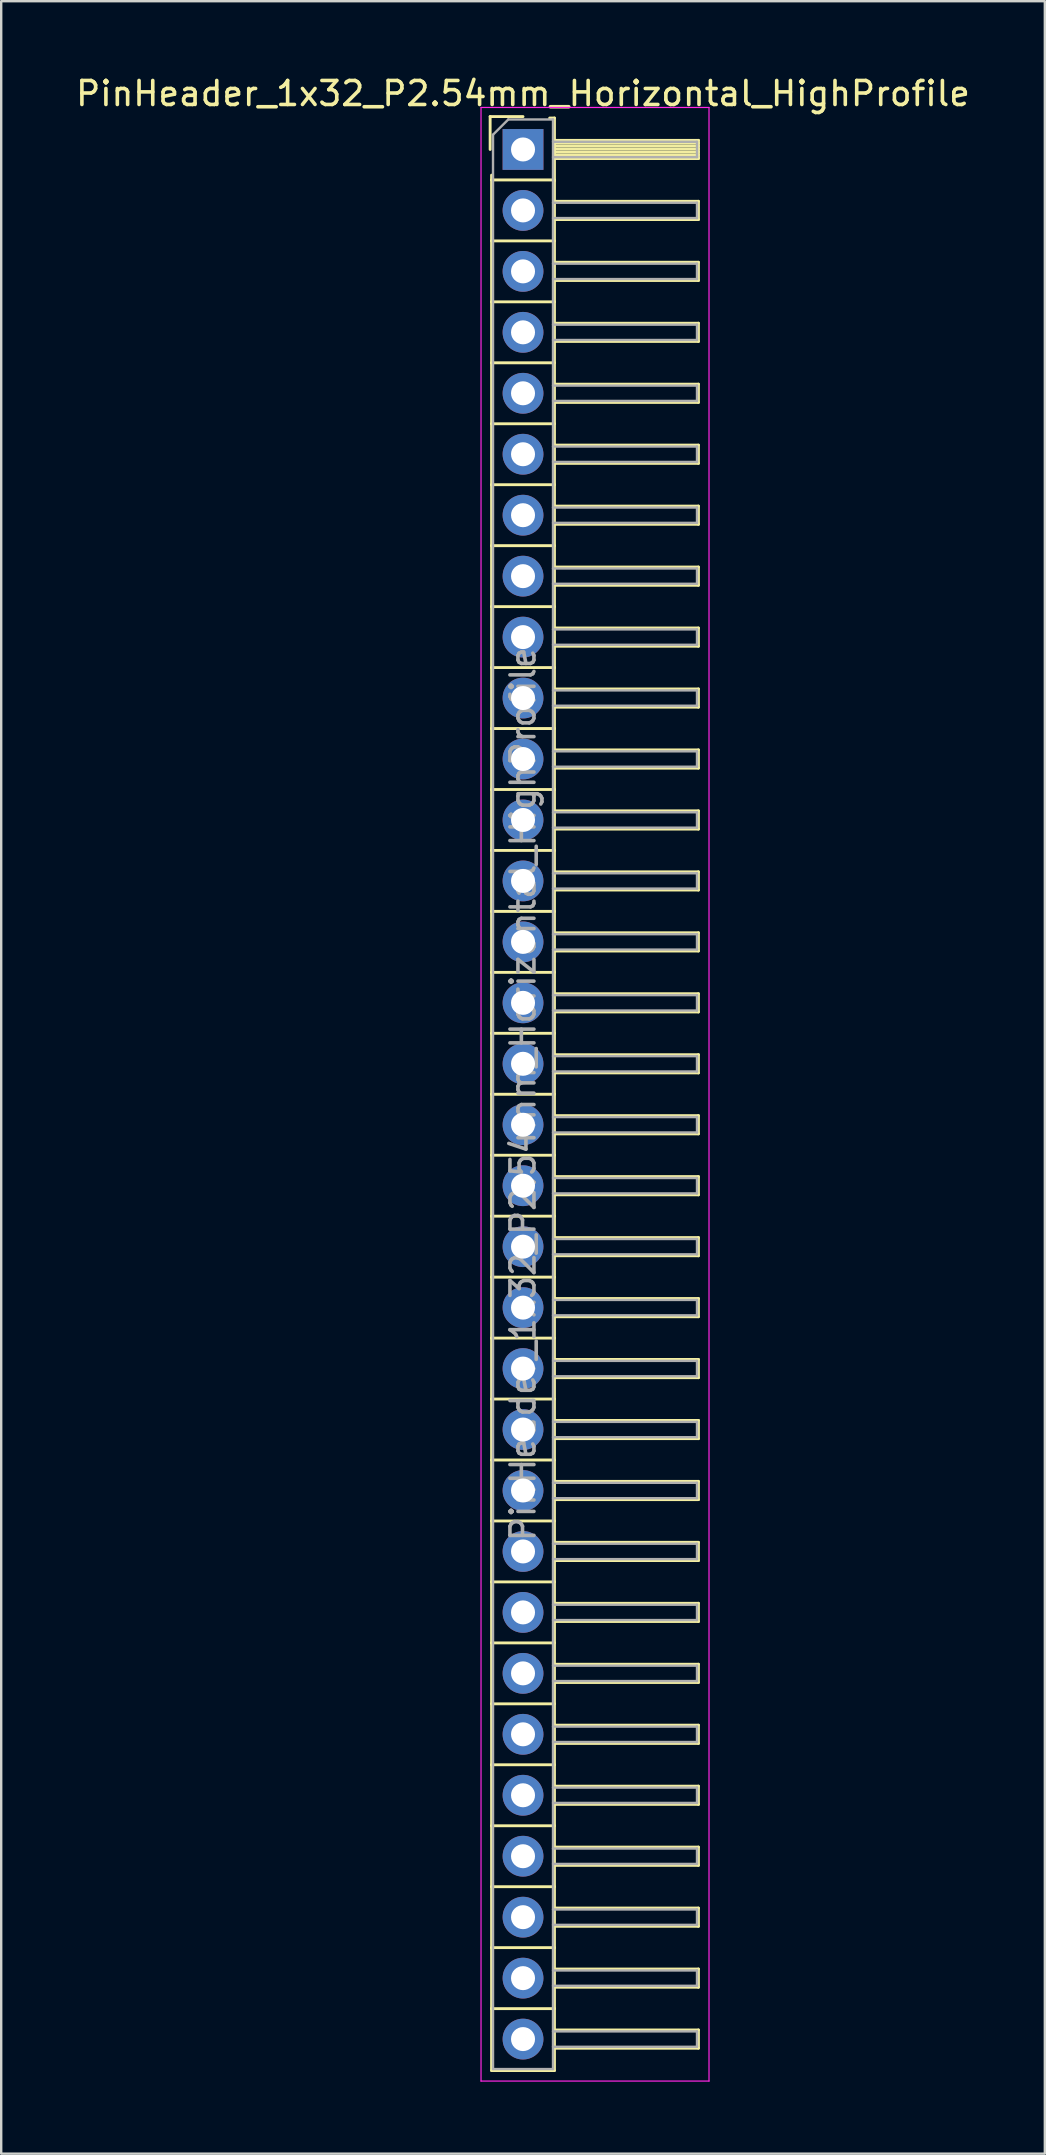
<source format=kicad_pcb>
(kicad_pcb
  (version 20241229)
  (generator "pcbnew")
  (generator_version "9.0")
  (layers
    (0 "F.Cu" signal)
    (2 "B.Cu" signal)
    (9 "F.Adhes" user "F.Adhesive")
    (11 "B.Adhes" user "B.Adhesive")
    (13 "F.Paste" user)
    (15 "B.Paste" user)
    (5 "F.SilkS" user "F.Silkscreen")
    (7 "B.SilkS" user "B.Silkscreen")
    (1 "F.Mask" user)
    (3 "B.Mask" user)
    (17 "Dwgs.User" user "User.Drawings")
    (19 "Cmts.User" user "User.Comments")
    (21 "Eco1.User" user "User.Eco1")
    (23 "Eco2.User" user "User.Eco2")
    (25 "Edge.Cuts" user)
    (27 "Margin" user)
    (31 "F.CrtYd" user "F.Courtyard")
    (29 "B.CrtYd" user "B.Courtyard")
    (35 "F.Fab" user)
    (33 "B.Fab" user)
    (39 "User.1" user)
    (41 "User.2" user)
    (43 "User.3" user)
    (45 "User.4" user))
  (footprint "PinHeader_1x32_P2.54mm_Horizontal_HighProfile"
    (layer "F.Cu")
    (at 18.744 3.178)
    (property "Reference" "PinHeader_1x32_P2.54mm_Horizontal_HighProfile" (at 0 -2.33 0) (layer "F.SilkS") (effects (font (size 1 1) (thickness 0.15))))
    (attr through_hole)
    (fp_line (start -1.37 -1.37) (end -1.37 0) (stroke (width 0.12) (type solid)) (layer "F.SilkS"))
    (fp_line (start -1.37 -1.37) (end 0 -1.37) (stroke (width 0.12) (type solid)) (layer "F.SilkS"))
    (fp_line (start -1.31 1.27) (end -1.31 1.07) (stroke (width 0.12) (type solid)) (layer "F.SilkS"))
    (fp_line (start -1.31 1.27) (end -1.31 3.81) (stroke (width 0.12) (type solid)) (layer "F.SilkS"))
    (fp_line (start -1.31 1.27) (end 1.31 1.27) (stroke (width 0.12) (type solid)) (layer "F.SilkS"))
    (fp_line (start -1.31 3.81) (end -1.31 6.35) (stroke (width 0.12) (type solid)) (layer "F.SilkS"))
    (fp_line (start -1.31 3.81) (end 1.31 3.81) (stroke (width 0.12) (type solid)) (layer "F.SilkS"))
    (fp_line (start -1.31 6.35) (end -1.31 8.89) (stroke (width 0.12) (type solid)) (layer "F.SilkS"))
    (fp_line (start -1.31 6.35) (end 1.31 6.35) (stroke (width 0.12) (type solid)) (layer "F.SilkS"))
    (fp_line (start -1.31 8.89) (end -1.31 11.43) (stroke (width 0.12) (type solid)) (layer "F.SilkS"))
    (fp_line (start -1.31 8.89) (end 1.31 8.89) (stroke (width 0.12) (type solid)) (layer "F.SilkS"))
    (fp_line (start -1.31 11.43) (end -1.31 13.97) (stroke (width 0.12) (type solid)) (layer "F.SilkS"))
    (fp_line (start -1.31 11.43) (end 1.31 11.43) (stroke (width 0.12) (type solid)) (layer "F.SilkS"))
    (fp_line (start -1.31 13.97) (end -1.31 16.51) (stroke (width 0.12) (type solid)) (layer "F.SilkS"))
    (fp_line (start -1.31 13.97) (end 1.31 13.97) (stroke (width 0.12) (type solid)) (layer "F.SilkS"))
    (fp_line (start -1.31 16.51) (end -1.31 19.05) (stroke (width 0.12) (type solid)) (layer "F.SilkS"))
    (fp_line (start -1.31 16.51) (end 1.31 16.51) (stroke (width 0.12) (type solid)) (layer "F.SilkS"))
    (fp_line (start -1.31 19.05) (end -1.31 21.59) (stroke (width 0.12) (type solid)) (layer "F.SilkS"))
    (fp_line (start -1.31 19.05) (end 1.31 19.05) (stroke (width 0.12) (type solid)) (layer "F.SilkS"))
    (fp_line (start -1.31 21.59) (end -1.31 24.13) (stroke (width 0.12) (type solid)) (layer "F.SilkS"))
    (fp_line (start -1.31 21.59) (end 1.31 21.59) (stroke (width 0.12) (type solid)) (layer "F.SilkS"))
    (fp_line (start -1.31 24.13) (end -1.31 26.67) (stroke (width 0.12) (type solid)) (layer "F.SilkS"))
    (fp_line (start -1.31 24.13) (end 1.31 24.13) (stroke (width 0.12) (type solid)) (layer "F.SilkS"))
    (fp_line (start -1.31 26.67) (end -1.31 29.21) (stroke (width 0.12) (type solid)) (layer "F.SilkS"))
    (fp_line (start -1.31 26.67) (end 1.31 26.67) (stroke (width 0.12) (type solid)) (layer "F.SilkS"))
    (fp_line (start -1.31 29.21) (end -1.31 31.75) (stroke (width 0.12) (type solid)) (layer "F.SilkS"))
    (fp_line (start -1.31 29.21) (end 1.31 29.21) (stroke (width 0.12) (type solid)) (layer "F.SilkS"))
    (fp_line (start -1.31 31.75) (end -1.31 34.29) (stroke (width 0.12) (type solid)) (layer "F.SilkS"))
    (fp_line (start -1.31 31.75) (end 1.31 31.75) (stroke (width 0.12) (type solid)) (layer "F.SilkS"))
    (fp_line (start -1.31 34.29) (end -1.31 36.83) (stroke (width 0.12) (type solid)) (layer "F.SilkS"))
    (fp_line (start -1.31 34.29) (end 1.31 34.29) (stroke (width 0.12) (type solid)) (layer "F.SilkS"))
    (fp_line (start -1.31 36.83) (end -1.31 39.37) (stroke (width 0.12) (type solid)) (layer "F.SilkS"))
    (fp_line (start -1.31 36.83) (end 1.31 36.83) (stroke (width 0.12) (type solid)) (layer "F.SilkS"))
    (fp_line (start -1.31 39.37) (end -1.31 41.91) (stroke (width 0.12) (type solid)) (layer "F.SilkS"))
    (fp_line (start -1.31 39.37) (end 1.31 39.37) (stroke (width 0.12) (type solid)) (layer "F.SilkS"))
    (fp_line (start -1.31 41.91) (end -1.31 44.45) (stroke (width 0.12) (type solid)) (layer "F.SilkS"))
    (fp_line (start -1.31 41.91) (end 1.31 41.91) (stroke (width 0.12) (type solid)) (layer "F.SilkS"))
    (fp_line (start -1.31 44.45) (end -1.31 46.99) (stroke (width 0.12) (type solid)) (layer "F.SilkS"))
    (fp_line (start -1.31 44.45) (end 1.31 44.45) (stroke (width 0.12) (type solid)) (layer "F.SilkS"))
    (fp_line (start -1.31 46.99) (end -1.31 49.53) (stroke (width 0.12) (type solid)) (layer "F.SilkS"))
    (fp_line (start -1.31 46.99) (end 1.31 46.99) (stroke (width 0.12) (type solid)) (layer "F.SilkS"))
    (fp_line (start -1.31 49.53) (end -1.31 52.07) (stroke (width 0.12) (type solid)) (layer "F.SilkS"))
    (fp_line (start -1.31 49.53) (end 1.31 49.53) (stroke (width 0.12) (type solid)) (layer "F.SilkS"))
    (fp_line (start -1.31 52.07) (end -1.31 54.61) (stroke (width 0.12) (type solid)) (layer "F.SilkS"))
    (fp_line (start -1.31 52.07) (end 1.31 52.07) (stroke (width 0.12) (type solid)) (layer "F.SilkS"))
    (fp_line (start -1.31 54.61) (end -1.31 57.15) (stroke (width 0.12) (type solid)) (layer "F.SilkS"))
    (fp_line (start -1.31 54.61) (end 1.31 54.61) (stroke (width 0.12) (type solid)) (layer "F.SilkS"))
    (fp_line (start -1.31 57.15) (end -1.31 59.69) (stroke (width 0.12) (type solid)) (layer "F.SilkS"))
    (fp_line (start -1.31 57.15) (end 1.31 57.15) (stroke (width 0.12) (type solid)) (layer "F.SilkS"))
    (fp_line (start -1.31 59.69) (end -1.31 62.23) (stroke (width 0.12) (type solid)) (layer "F.SilkS"))
    (fp_line (start -1.31 59.69) (end 1.31 59.69) (stroke (width 0.12) (type solid)) (layer "F.SilkS"))
    (fp_line (start -1.31 62.23) (end -1.31 64.77) (stroke (width 0.12) (type solid)) (layer "F.SilkS"))
    (fp_line (start -1.31 62.23) (end 1.31 62.23) (stroke (width 0.12) (type solid)) (layer "F.SilkS"))
    (fp_line (start -1.31 64.77) (end -1.31 67.31) (stroke (width 0.12) (type solid)) (layer "F.SilkS"))
    (fp_line (start -1.31 64.77) (end 1.31 64.77) (stroke (width 0.12) (type solid)) (layer "F.SilkS"))
    (fp_line (start -1.31 67.31) (end -1.31 69.85) (stroke (width 0.12) (type solid)) (layer "F.SilkS"))
    (fp_line (start -1.31 67.31) (end 1.31 67.31) (stroke (width 0.12) (type solid)) (layer "F.SilkS"))
    (fp_line (start -1.31 69.85) (end -1.31 72.39) (stroke (width 0.12) (type solid)) (layer "F.SilkS"))
    (fp_line (start -1.31 69.85) (end 1.31 69.85) (stroke (width 0.12) (type solid)) (layer "F.SilkS"))
    (fp_line (start -1.31 72.39) (end -1.31 74.93) (stroke (width 0.12) (type solid)) (layer "F.SilkS"))
    (fp_line (start -1.31 72.39) (end 1.31 72.39) (stroke (width 0.12) (type solid)) (layer "F.SilkS"))
    (fp_line (start -1.31 74.93) (end -1.31 77.47) (stroke (width 0.12) (type solid)) (layer "F.SilkS"))
    (fp_line (start -1.31 74.93) (end 1.31 74.93) (stroke (width 0.12) (type solid)) (layer "F.SilkS"))
    (fp_line (start -1.31 77.47) (end -1.31 80.05) (stroke (width 0.12) (type solid)) (layer "F.SilkS"))
    (fp_line (start -1.31 77.47) (end 1.31 77.47) (stroke (width 0.12) (type solid)) (layer "F.SilkS"))
    (fp_line (start -1.31 80.05) (end 1.31 80.05) (stroke (width 0.12) (type solid)) (layer "F.SilkS"))
    (fp_line (start 1.11 -1.31) (end 1.31 -1.31) (stroke (width 0.12) (type solid)) (layer "F.SilkS"))
    (fp_line (start 1.31 -1.31) (end 1.31 1.31) (stroke (width 0.12) (type solid)) (layer "F.SilkS"))
    (fp_line (start 1.31 -0.38) (end 7.31 -0.38) (stroke (width 0.12) (type solid)) (layer "F.SilkS"))
    (fp_line (start 1.31 -0.26) (end 7.31 -0.26) (stroke (width 0.12) (type solid)) (layer "F.SilkS"))
    (fp_line (start 1.31 -0.14) (end 7.31 -0.14) (stroke (width 0.12) (type solid)) (layer "F.SilkS"))
    (fp_line (start 1.31 -0.02) (end 7.31 -0.02) (stroke (width 0.12) (type solid)) (layer "F.SilkS"))
    (fp_line (start 1.31 0.1) (end 7.31 0.1) (stroke (width 0.12) (type solid)) (layer "F.SilkS"))
    (fp_line (start 1.31 0.22) (end 7.31 0.22) (stroke (width 0.12) (type solid)) (layer "F.SilkS"))
    (fp_line (start 1.31 0.34) (end 7.31 0.34) (stroke (width 0.12) (type solid)) (layer "F.SilkS"))
    (fp_line (start 1.31 0.38) (end 7.31 0.38) (stroke (width 0.12) (type solid)) (layer "F.SilkS"))
    (fp_line (start 1.31 1.27) (end 1.31 3.81) (stroke (width 0.12) (type solid)) (layer "F.SilkS"))
    (fp_line (start 1.31 2.16) (end 7.31 2.16) (stroke (width 0.12) (type solid)) (layer "F.SilkS"))
    (fp_line (start 1.31 2.92) (end 7.31 2.92) (stroke (width 0.12) (type solid)) (layer "F.SilkS"))
    (fp_line (start 1.31 3.81) (end 1.31 6.35) (stroke (width 0.12) (type solid)) (layer "F.SilkS"))
    (fp_line (start 1.31 4.7) (end 7.31 4.7) (stroke (width 0.12) (type solid)) (layer "F.SilkS"))
    (fp_line (start 1.31 5.46) (end 7.31 5.46) (stroke (width 0.12) (type solid)) (layer "F.SilkS"))
    (fp_line (start 1.31 6.35) (end 1.31 8.89) (stroke (width 0.12) (type solid)) (layer "F.SilkS"))
    (fp_line (start 1.31 7.24) (end 7.31 7.24) (stroke (width 0.12) (type solid)) (layer "F.SilkS"))
    (fp_line (start 1.31 8) (end 7.31 8) (stroke (width 0.12) (type solid)) (layer "F.SilkS"))
    (fp_line (start 1.31 8.89) (end 1.31 11.43) (stroke (width 0.12) (type solid)) (layer "F.SilkS"))
    (fp_line (start 1.31 9.78) (end 7.31 9.78) (stroke (width 0.12) (type solid)) (layer "F.SilkS"))
    (fp_line (start 1.31 10.54) (end 7.31 10.54) (stroke (width 0.12) (type solid)) (layer "F.SilkS"))
    (fp_line (start 1.31 11.43) (end 1.31 13.97) (stroke (width 0.12) (type solid)) (layer "F.SilkS"))
    (fp_line (start 1.31 12.32) (end 7.31 12.32) (stroke (width 0.12) (type solid)) (layer "F.SilkS"))
    (fp_line (start 1.31 13.08) (end 7.31 13.08) (stroke (width 0.12) (type solid)) (layer "F.SilkS"))
    (fp_line (start 1.31 13.97) (end 1.31 16.51) (stroke (width 0.12) (type solid)) (layer "F.SilkS"))
    (fp_line (start 1.31 14.86) (end 7.31 14.86) (stroke (width 0.12) (type solid)) (layer "F.SilkS"))
    (fp_line (start 1.31 15.62) (end 7.31 15.62) (stroke (width 0.12) (type solid)) (layer "F.SilkS"))
    (fp_line (start 1.31 16.51) (end 1.31 19.05) (stroke (width 0.12) (type solid)) (layer "F.SilkS"))
    (fp_line (start 1.31 17.4) (end 7.31 17.4) (stroke (width 0.12) (type solid)) (layer "F.SilkS"))
    (fp_line (start 1.31 18.16) (end 7.31 18.16) (stroke (width 0.12) (type solid)) (layer "F.SilkS"))
    (fp_line (start 1.31 19.05) (end 1.31 21.59) (stroke (width 0.12) (type solid)) (layer "F.SilkS"))
    (fp_line (start 1.31 19.94) (end 7.31 19.94) (stroke (width 0.12) (type solid)) (layer "F.SilkS"))
    (fp_line (start 1.31 20.7) (end 7.31 20.7) (stroke (width 0.12) (type solid)) (layer "F.SilkS"))
    (fp_line (start 1.31 21.59) (end 1.31 24.13) (stroke (width 0.12) (type solid)) (layer "F.SilkS"))
    (fp_line (start 1.31 22.48) (end 7.31 22.48) (stroke (width 0.12) (type solid)) (layer "F.SilkS"))
    (fp_line (start 1.31 23.24) (end 7.31 23.24) (stroke (width 0.12) (type solid)) (layer "F.SilkS"))
    (fp_line (start 1.31 24.13) (end 1.31 26.67) (stroke (width 0.12) (type solid)) (layer "F.SilkS"))
    (fp_line (start 1.31 25.02) (end 7.31 25.02) (stroke (width 0.12) (type solid)) (layer "F.SilkS"))
    (fp_line (start 1.31 25.78) (end 7.31 25.78) (stroke (width 0.12) (type solid)) (layer "F.SilkS"))
    (fp_line (start 1.31 26.67) (end 1.31 29.21) (stroke (width 0.12) (type solid)) (layer "F.SilkS"))
    (fp_line (start 1.31 27.56) (end 7.31 27.56) (stroke (width 0.12) (type solid)) (layer "F.SilkS"))
    (fp_line (start 1.31 28.32) (end 7.31 28.32) (stroke (width 0.12) (type solid)) (layer "F.SilkS"))
    (fp_line (start 1.31 29.21) (end 1.31 31.75) (stroke (width 0.12) (type solid)) (layer "F.SilkS"))
    (fp_line (start 1.31 30.1) (end 7.31 30.1) (stroke (width 0.12) (type solid)) (layer "F.SilkS"))
    (fp_line (start 1.31 30.86) (end 7.31 30.86) (stroke (width 0.12) (type solid)) (layer "F.SilkS"))
    (fp_line (start 1.31 31.75) (end 1.31 34.29) (stroke (width 0.12) (type solid)) (layer "F.SilkS"))
    (fp_line (start 1.31 32.64) (end 7.31 32.64) (stroke (width 0.12) (type solid)) (layer "F.SilkS"))
    (fp_line (start 1.31 33.4) (end 7.31 33.4) (stroke (width 0.12) (type solid)) (layer "F.SilkS"))
    (fp_line (start 1.31 34.29) (end 1.31 36.83) (stroke (width 0.12) (type solid)) (layer "F.SilkS"))
    (fp_line (start 1.31 35.18) (end 7.31 35.18) (stroke (width 0.12) (type solid)) (layer "F.SilkS"))
    (fp_line (start 1.31 35.94) (end 7.31 35.94) (stroke (width 0.12) (type solid)) (layer "F.SilkS"))
    (fp_line (start 1.31 36.83) (end 1.31 39.37) (stroke (width 0.12) (type solid)) (layer "F.SilkS"))
    (fp_line (start 1.31 37.72) (end 7.31 37.72) (stroke (width 0.12) (type solid)) (layer "F.SilkS"))
    (fp_line (start 1.31 38.48) (end 7.31 38.48) (stroke (width 0.12) (type solid)) (layer "F.SilkS"))
    (fp_line (start 1.31 39.37) (end 1.31 41.91) (stroke (width 0.12) (type solid)) (layer "F.SilkS"))
    (fp_line (start 1.31 40.26) (end 7.31 40.26) (stroke (width 0.12) (type solid)) (layer "F.SilkS"))
    (fp_line (start 1.31 41.02) (end 7.31 41.02) (stroke (width 0.12) (type solid)) (layer "F.SilkS"))
    (fp_line (start 1.31 41.91) (end 1.31 44.45) (stroke (width 0.12) (type solid)) (layer "F.SilkS"))
    (fp_line (start 1.31 42.8) (end 7.31 42.8) (stroke (width 0.12) (type solid)) (layer "F.SilkS"))
    (fp_line (start 1.31 43.56) (end 7.31 43.56) (stroke (width 0.12) (type solid)) (layer "F.SilkS"))
    (fp_line (start 1.31 44.45) (end 1.31 46.99) (stroke (width 0.12) (type solid)) (layer "F.SilkS"))
    (fp_line (start 1.31 45.34) (end 7.31 45.34) (stroke (width 0.12) (type solid)) (layer "F.SilkS"))
    (fp_line (start 1.31 46.1) (end 7.31 46.1) (stroke (width 0.12) (type solid)) (layer "F.SilkS"))
    (fp_line (start 1.31 46.99) (end 1.31 49.53) (stroke (width 0.12) (type solid)) (layer "F.SilkS"))
    (fp_line (start 1.31 47.88) (end 7.31 47.88) (stroke (width 0.12) (type solid)) (layer "F.SilkS"))
    (fp_line (start 1.31 48.64) (end 7.31 48.64) (stroke (width 0.12) (type solid)) (layer "F.SilkS"))
    (fp_line (start 1.31 49.53) (end 1.31 52.07) (stroke (width 0.12) (type solid)) (layer "F.SilkS"))
    (fp_line (start 1.31 50.42) (end 7.31 50.42) (stroke (width 0.12) (type solid)) (layer "F.SilkS"))
    (fp_line (start 1.31 51.18) (end 7.31 51.18) (stroke (width 0.12) (type solid)) (layer "F.SilkS"))
    (fp_line (start 1.31 52.07) (end 1.31 54.61) (stroke (width 0.12) (type solid)) (layer "F.SilkS"))
    (fp_line (start 1.31 52.96) (end 7.31 52.96) (stroke (width 0.12) (type solid)) (layer "F.SilkS"))
    (fp_line (start 1.31 53.72) (end 7.31 53.72) (stroke (width 0.12) (type solid)) (layer "F.SilkS"))
    (fp_line (start 1.31 54.61) (end 1.31 57.15) (stroke (width 0.12) (type solid)) (layer "F.SilkS"))
    (fp_line (start 1.31 55.5) (end 7.31 55.5) (stroke (width 0.12) (type solid)) (layer "F.SilkS"))
    (fp_line (start 1.31 56.26) (end 7.31 56.26) (stroke (width 0.12) (type solid)) (layer "F.SilkS"))
    (fp_line (start 1.31 57.15) (end 1.31 59.69) (stroke (width 0.12) (type solid)) (layer "F.SilkS"))
    (fp_line (start 1.31 58.04) (end 7.31 58.04) (stroke (width 0.12) (type solid)) (layer "F.SilkS"))
    (fp_line (start 1.31 58.8) (end 7.31 58.8) (stroke (width 0.12) (type solid)) (layer "F.SilkS"))
    (fp_line (start 1.31 59.69) (end 1.31 62.23) (stroke (width 0.12) (type solid)) (layer "F.SilkS"))
    (fp_line (start 1.31 60.58) (end 7.31 60.58) (stroke (width 0.12) (type solid)) (layer "F.SilkS"))
    (fp_line (start 1.31 61.34) (end 7.31 61.34) (stroke (width 0.12) (type solid)) (layer "F.SilkS"))
    (fp_line (start 1.31 62.23) (end 1.31 64.77) (stroke (width 0.12) (type solid)) (layer "F.SilkS"))
    (fp_line (start 1.31 63.12) (end 7.31 63.12) (stroke (width 0.12) (type solid)) (layer "F.SilkS"))
    (fp_line (start 1.31 63.88) (end 7.31 63.88) (stroke (width 0.12) (type solid)) (layer "F.SilkS"))
    (fp_line (start 1.31 64.77) (end 1.31 67.31) (stroke (width 0.12) (type solid)) (layer "F.SilkS"))
    (fp_line (start 1.31 65.66) (end 7.31 65.66) (stroke (width 0.12) (type solid)) (layer "F.SilkS"))
    (fp_line (start 1.31 66.42) (end 7.31 66.42) (stroke (width 0.12) (type solid)) (layer "F.SilkS"))
    (fp_line (start 1.31 67.31) (end 1.31 69.85) (stroke (width 0.12) (type solid)) (layer "F.SilkS"))
    (fp_line (start 1.31 68.2) (end 7.31 68.2) (stroke (width 0.12) (type solid)) (layer "F.SilkS"))
    (fp_line (start 1.31 68.96) (end 7.31 68.96) (stroke (width 0.12) (type solid)) (layer "F.SilkS"))
    (fp_line (start 1.31 69.85) (end 1.31 72.39) (stroke (width 0.12) (type solid)) (layer "F.SilkS"))
    (fp_line (start 1.31 70.74) (end 7.31 70.74) (stroke (width 0.12) (type solid)) (layer "F.SilkS"))
    (fp_line (start 1.31 71.5) (end 7.31 71.5) (stroke (width 0.12) (type solid)) (layer "F.SilkS"))
    (fp_line (start 1.31 72.39) (end 1.31 74.93) (stroke (width 0.12) (type solid)) (layer "F.SilkS"))
    (fp_line (start 1.31 73.28) (end 7.31 73.28) (stroke (width 0.12) (type solid)) (layer "F.SilkS"))
    (fp_line (start 1.31 74.04) (end 7.31 74.04) (stroke (width 0.12) (type solid)) (layer "F.SilkS"))
    (fp_line (start 1.31 74.93) (end 1.31 77.47) (stroke (width 0.12) (type solid)) (layer "F.SilkS"))
    (fp_line (start 1.31 75.82) (end 7.31 75.82) (stroke (width 0.12) (type solid)) (layer "F.SilkS"))
    (fp_line (start 1.31 76.58) (end 7.31 76.58) (stroke (width 0.12) (type solid)) (layer "F.SilkS"))
    (fp_line (start 1.31 77.47) (end 1.31 80.05) (stroke (width 0.12) (type solid)) (layer "F.SilkS"))
    (fp_line (start 1.31 78.36) (end 7.31 78.36) (stroke (width 0.12) (type solid)) (layer "F.SilkS"))
    (fp_line (start 1.31 79.12) (end 7.31 79.12) (stroke (width 0.12) (type solid)) (layer "F.SilkS"))
    (fp_line (start 7.31 -0.38) (end 7.31 0.38) (stroke (width 0.12) (type solid)) (layer "F.SilkS"))
    (fp_line (start 7.31 2.16) (end 7.31 2.92) (stroke (width 0.12) (type solid)) (layer "F.SilkS"))
    (fp_line (start 7.31 4.7) (end 7.31 5.46) (stroke (width 0.12) (type solid)) (layer "F.SilkS"))
    (fp_line (start 7.31 7.24) (end 7.31 8) (stroke (width 0.12) (type solid)) (layer "F.SilkS"))
    (fp_line (start 7.31 9.78) (end 7.31 10.54) (stroke (width 0.12) (type solid)) (layer "F.SilkS"))
    (fp_line (start 7.31 12.32) (end 7.31 13.08) (stroke (width 0.12) (type solid)) (layer "F.SilkS"))
    (fp_line (start 7.31 14.86) (end 7.31 15.62) (stroke (width 0.12) (type solid)) (layer "F.SilkS"))
    (fp_line (start 7.31 17.4) (end 7.31 18.16) (stroke (width 0.12) (type solid)) (layer "F.SilkS"))
    (fp_line (start 7.31 19.94) (end 7.31 20.7) (stroke (width 0.12) (type solid)) (layer "F.SilkS"))
    (fp_line (start 7.31 22.48) (end 7.31 23.24) (stroke (width 0.12) (type solid)) (layer "F.SilkS"))
    (fp_line (start 7.31 25.02) (end 7.31 25.78) (stroke (width 0.12) (type solid)) (layer "F.SilkS"))
    (fp_line (start 7.31 27.56) (end 7.31 28.32) (stroke (width 0.12) (type solid)) (layer "F.SilkS"))
    (fp_line (start 7.31 30.1) (end 7.31 30.86) (stroke (width 0.12) (type solid)) (layer "F.SilkS"))
    (fp_line (start 7.31 32.64) (end 7.31 33.4) (stroke (width 0.12) (type solid)) (layer "F.SilkS"))
    (fp_line (start 7.31 35.18) (end 7.31 35.94) (stroke (width 0.12) (type solid)) (layer "F.SilkS"))
    (fp_line (start 7.31 37.72) (end 7.31 38.48) (stroke (width 0.12) (type solid)) (layer "F.SilkS"))
    (fp_line (start 7.31 40.26) (end 7.31 41.02) (stroke (width 0.12) (type solid)) (layer "F.SilkS"))
    (fp_line (start 7.31 42.8) (end 7.31 43.56) (stroke (width 0.12) (type solid)) (layer "F.SilkS"))
    (fp_line (start 7.31 45.34) (end 7.31 46.1) (stroke (width 0.12) (type solid)) (layer "F.SilkS"))
    (fp_line (start 7.31 47.88) (end 7.31 48.64) (stroke (width 0.12) (type solid)) (layer "F.SilkS"))
    (fp_line (start 7.31 50.42) (end 7.31 51.18) (stroke (width 0.12) (type solid)) (layer "F.SilkS"))
    (fp_line (start 7.31 52.96) (end 7.31 53.72) (stroke (width 0.12) (type solid)) (layer "F.SilkS"))
    (fp_line (start 7.31 55.5) (end 7.31 56.26) (stroke (width 0.12) (type solid)) (layer "F.SilkS"))
    (fp_line (start 7.31 58.04) (end 7.31 58.8) (stroke (width 0.12) (type solid)) (layer "F.SilkS"))
    (fp_line (start 7.31 60.58) (end 7.31 61.34) (stroke (width 0.12) (type solid)) (layer "F.SilkS"))
    (fp_line (start 7.31 63.12) (end 7.31 63.88) (stroke (width 0.12) (type solid)) (layer "F.SilkS"))
    (fp_line (start 7.31 65.66) (end 7.31 66.42) (stroke (width 0.12) (type solid)) (layer "F.SilkS"))
    (fp_line (start 7.31 68.2) (end 7.31 68.96) (stroke (width 0.12) (type solid)) (layer "F.SilkS"))
    (fp_line (start 7.31 70.74) (end 7.31 71.5) (stroke (width 0.12) (type solid)) (layer "F.SilkS"))
    (fp_line (start 7.31 73.28) (end 7.31 74.04) (stroke (width 0.12) (type solid)) (layer "F.SilkS"))
    (fp_line (start 7.31 75.82) (end 7.31 76.58) (stroke (width 0.12) (type solid)) (layer "F.SilkS"))
    (fp_line (start 7.31 78.36) (end 7.31 79.12) (stroke (width 0.12) (type solid)) (layer "F.SilkS"))
    (fp_line (start -1.75 -1.75) (end -1.75 80.49) (stroke (width 0.05) (type solid)) (layer "F.CrtYd"))
    (fp_line (start -1.75 -1.75) (end 7.75 -1.75) (stroke (width 0.05) (type solid)) (layer "F.CrtYd"))
    (fp_line (start -1.75 80.49) (end 7.75 80.49) (stroke (width 0.05) (type solid)) (layer "F.CrtYd"))
    (fp_line (start 7.75 -1.75) (end 7.75 80.49) (stroke (width 0.05) (type solid)) (layer "F.CrtYd"))
    (fp_line (start -1.25 -0.615) (end -1.25 79.99) (stroke (width 0.1) (type solid)) (layer "F.Fab"))
    (fp_line (start -1.25 -0.615) (end -0.615 -1.25) (stroke (width 0.1) (type solid)) (layer "F.Fab"))
    (fp_line (start -1.25 79.99) (end 1.25 79.99) (stroke (width 0.1) (type solid)) (layer "F.Fab"))
    (fp_line (start -0.615 -1.25) (end 1.25 -1.25) (stroke (width 0.1) (type solid)) (layer "F.Fab"))
    (fp_line (start 1.25 -1.25) (end 1.25 79.99) (stroke (width 0.1) (type solid)) (layer "F.Fab"))
    (fp_line (start 1.25 -0.32) (end 7.25 -0.32) (stroke (width 0.1) (type solid)) (layer "F.Fab"))
    (fp_line (start 1.25 0.32) (end 7.25 0.32) (stroke (width 0.1) (type solid)) (layer "F.Fab"))
    (fp_line (start 1.25 2.22) (end 7.25 2.22) (stroke (width 0.1) (type solid)) (layer "F.Fab"))
    (fp_line (start 1.25 2.86) (end 7.25 2.86) (stroke (width 0.1) (type solid)) (layer "F.Fab"))
    (fp_line (start 1.25 4.76) (end 7.25 4.76) (stroke (width 0.1) (type solid)) (layer "F.Fab"))
    (fp_line (start 1.25 5.4) (end 7.25 5.4) (stroke (width 0.1) (type solid)) (layer "F.Fab"))
    (fp_line (start 1.25 7.3) (end 7.25 7.3) (stroke (width 0.1) (type solid)) (layer "F.Fab"))
    (fp_line (start 1.25 7.94) (end 7.25 7.94) (stroke (width 0.1) (type solid)) (layer "F.Fab"))
    (fp_line (start 1.25 9.84) (end 7.25 9.84) (stroke (width 0.1) (type solid)) (layer "F.Fab"))
    (fp_line (start 1.25 10.48) (end 7.25 10.48) (stroke (width 0.1) (type solid)) (layer "F.Fab"))
    (fp_line (start 1.25 12.38) (end 7.25 12.38) (stroke (width 0.1) (type solid)) (layer "F.Fab"))
    (fp_line (start 1.25 13.02) (end 7.25 13.02) (stroke (width 0.1) (type solid)) (layer "F.Fab"))
    (fp_line (start 1.25 14.92) (end 7.25 14.92) (stroke (width 0.1) (type solid)) (layer "F.Fab"))
    (fp_line (start 1.25 15.56) (end 7.25 15.56) (stroke (width 0.1) (type solid)) (layer "F.Fab"))
    (fp_line (start 1.25 17.46) (end 7.25 17.46) (stroke (width 0.1) (type solid)) (layer "F.Fab"))
    (fp_line (start 1.25 18.1) (end 7.25 18.1) (stroke (width 0.1) (type solid)) (layer "F.Fab"))
    (fp_line (start 1.25 20) (end 7.25 20) (stroke (width 0.1) (type solid)) (layer "F.Fab"))
    (fp_line (start 1.25 20.64) (end 7.25 20.64) (stroke (width 0.1) (type solid)) (layer "F.Fab"))
    (fp_line (start 1.25 22.54) (end 7.25 22.54) (stroke (width 0.1) (type solid)) (layer "F.Fab"))
    (fp_line (start 1.25 23.18) (end 7.25 23.18) (stroke (width 0.1) (type solid)) (layer "F.Fab"))
    (fp_line (start 1.25 25.08) (end 7.25 25.08) (stroke (width 0.1) (type solid)) (layer "F.Fab"))
    (fp_line (start 1.25 25.72) (end 7.25 25.72) (stroke (width 0.1) (type solid)) (layer "F.Fab"))
    (fp_line (start 1.25 27.62) (end 7.25 27.62) (stroke (width 0.1) (type solid)) (layer "F.Fab"))
    (fp_line (start 1.25 28.26) (end 7.25 28.26) (stroke (width 0.1) (type solid)) (layer "F.Fab"))
    (fp_line (start 1.25 30.16) (end 7.25 30.16) (stroke (width 0.1) (type solid)) (layer "F.Fab"))
    (fp_line (start 1.25 30.8) (end 7.25 30.8) (stroke (width 0.1) (type solid)) (layer "F.Fab"))
    (fp_line (start 1.25 32.7) (end 7.25 32.7) (stroke (width 0.1) (type solid)) (layer "F.Fab"))
    (fp_line (start 1.25 33.34) (end 7.25 33.34) (stroke (width 0.1) (type solid)) (layer "F.Fab"))
    (fp_line (start 1.25 35.24) (end 7.25 35.24) (stroke (width 0.1) (type solid)) (layer "F.Fab"))
    (fp_line (start 1.25 35.88) (end 7.25 35.88) (stroke (width 0.1) (type solid)) (layer "F.Fab"))
    (fp_line (start 1.25 37.78) (end 7.25 37.78) (stroke (width 0.1) (type solid)) (layer "F.Fab"))
    (fp_line (start 1.25 38.42) (end 7.25 38.42) (stroke (width 0.1) (type solid)) (layer "F.Fab"))
    (fp_line (start 1.25 40.32) (end 7.25 40.32) (stroke (width 0.1) (type solid)) (layer "F.Fab"))
    (fp_line (start 1.25 40.96) (end 7.25 40.96) (stroke (width 0.1) (type solid)) (layer "F.Fab"))
    (fp_line (start 1.25 42.86) (end 7.25 42.86) (stroke (width 0.1) (type solid)) (layer "F.Fab"))
    (fp_line (start 1.25 43.5) (end 7.25 43.5) (stroke (width 0.1) (type solid)) (layer "F.Fab"))
    (fp_line (start 1.25 45.4) (end 7.25 45.4) (stroke (width 0.1) (type solid)) (layer "F.Fab"))
    (fp_line (start 1.25 46.04) (end 7.25 46.04) (stroke (width 0.1) (type solid)) (layer "F.Fab"))
    (fp_line (start 1.25 47.94) (end 7.25 47.94) (stroke (width 0.1) (type solid)) (layer "F.Fab"))
    (fp_line (start 1.25 48.58) (end 7.25 48.58) (stroke (width 0.1) (type solid)) (layer "F.Fab"))
    (fp_line (start 1.25 50.48) (end 7.25 50.48) (stroke (width 0.1) (type solid)) (layer "F.Fab"))
    (fp_line (start 1.25 51.12) (end 7.25 51.12) (stroke (width 0.1) (type solid)) (layer "F.Fab"))
    (fp_line (start 1.25 53.02) (end 7.25 53.02) (stroke (width 0.1) (type solid)) (layer "F.Fab"))
    (fp_line (start 1.25 53.66) (end 7.25 53.66) (stroke (width 0.1) (type solid)) (layer "F.Fab"))
    (fp_line (start 1.25 55.56) (end 7.25 55.56) (stroke (width 0.1) (type solid)) (layer "F.Fab"))
    (fp_line (start 1.25 56.2) (end 7.25 56.2) (stroke (width 0.1) (type solid)) (layer "F.Fab"))
    (fp_line (start 1.25 58.1) (end 7.25 58.1) (stroke (width 0.1) (type solid)) (layer "F.Fab"))
    (fp_line (start 1.25 58.74) (end 7.25 58.74) (stroke (width 0.1) (type solid)) (layer "F.Fab"))
    (fp_line (start 1.25 60.64) (end 7.25 60.64) (stroke (width 0.1) (type solid)) (layer "F.Fab"))
    (fp_line (start 1.25 61.28) (end 7.25 61.28) (stroke (width 0.1) (type solid)) (layer "F.Fab"))
    (fp_line (start 1.25 63.18) (end 7.25 63.18) (stroke (width 0.1) (type solid)) (layer "F.Fab"))
    (fp_line (start 1.25 63.82) (end 7.25 63.82) (stroke (width 0.1) (type solid)) (layer "F.Fab"))
    (fp_line (start 1.25 65.72) (end 7.25 65.72) (stroke (width 0.1) (type solid)) (layer "F.Fab"))
    (fp_line (start 1.25 66.36) (end 7.25 66.36) (stroke (width 0.1) (type solid)) (layer "F.Fab"))
    (fp_line (start 1.25 68.26) (end 7.25 68.26) (stroke (width 0.1) (type solid)) (layer "F.Fab"))
    (fp_line (start 1.25 68.9) (end 7.25 68.9) (stroke (width 0.1) (type solid)) (layer "F.Fab"))
    (fp_line (start 1.25 70.8) (end 7.25 70.8) (stroke (width 0.1) (type solid)) (layer "F.Fab"))
    (fp_line (start 1.25 71.44) (end 7.25 71.44) (stroke (width 0.1) (type solid)) (layer "F.Fab"))
    (fp_line (start 1.25 73.34) (end 7.25 73.34) (stroke (width 0.1) (type solid)) (layer "F.Fab"))
    (fp_line (start 1.25 73.98) (end 7.25 73.98) (stroke (width 0.1) (type solid)) (layer "F.Fab"))
    (fp_line (start 1.25 75.88) (end 7.25 75.88) (stroke (width 0.1) (type solid)) (layer "F.Fab"))
    (fp_line (start 1.25 76.52) (end 7.25 76.52) (stroke (width 0.1) (type solid)) (layer "F.Fab"))
    (fp_line (start 1.25 78.42) (end 7.25 78.42) (stroke (width 0.1) (type solid)) (layer "F.Fab"))
    (fp_line (start 1.25 79.06) (end 7.25 79.06) (stroke (width 0.1) (type solid)) (layer "F.Fab"))
    (fp_line (start 7.25 -0.32) (end 7.25 0.32) (stroke (width 0.1) (type solid)) (layer "F.Fab"))
    (fp_line (start 7.25 2.22) (end 7.25 2.86) (stroke (width 0.1) (type solid)) (layer "F.Fab"))
    (fp_line (start 7.25 4.76) (end 7.25 5.4) (stroke (width 0.1) (type solid)) (layer "F.Fab"))
    (fp_line (start 7.25 7.3) (end 7.25 7.94) (stroke (width 0.1) (type solid)) (layer "F.Fab"))
    (fp_line (start 7.25 9.84) (end 7.25 10.48) (stroke (width 0.1) (type solid)) (layer "F.Fab"))
    (fp_line (start 7.25 12.38) (end 7.25 13.02) (stroke (width 0.1) (type solid)) (layer "F.Fab"))
    (fp_line (start 7.25 14.92) (end 7.25 15.56) (stroke (width 0.1) (type solid)) (layer "F.Fab"))
    (fp_line (start 7.25 17.46) (end 7.25 18.1) (stroke (width 0.1) (type solid)) (layer "F.Fab"))
    (fp_line (start 7.25 20) (end 7.25 20.64) (stroke (width 0.1) (type solid)) (layer "F.Fab"))
    (fp_line (start 7.25 22.54) (end 7.25 23.18) (stroke (width 0.1) (type solid)) (layer "F.Fab"))
    (fp_line (start 7.25 25.08) (end 7.25 25.72) (stroke (width 0.1) (type solid)) (layer "F.Fab"))
    (fp_line (start 7.25 27.62) (end 7.25 28.26) (stroke (width 0.1) (type solid)) (layer "F.Fab"))
    (fp_line (start 7.25 30.16) (end 7.25 30.8) (stroke (width 0.1) (type solid)) (layer "F.Fab"))
    (fp_line (start 7.25 32.7) (end 7.25 33.34) (stroke (width 0.1) (type solid)) (layer "F.Fab"))
    (fp_line (start 7.25 35.24) (end 7.25 35.88) (stroke (width 0.1) (type solid)) (layer "F.Fab"))
    (fp_line (start 7.25 37.78) (end 7.25 38.42) (stroke (width 0.1) (type solid)) (layer "F.Fab"))
    (fp_line (start 7.25 40.32) (end 7.25 40.96) (stroke (width 0.1) (type solid)) (layer "F.Fab"))
    (fp_line (start 7.25 42.86) (end 7.25 43.5) (stroke (width 0.1) (type solid)) (layer "F.Fab"))
    (fp_line (start 7.25 45.4) (end 7.25 46.04) (stroke (width 0.1) (type solid)) (layer "F.Fab"))
    (fp_line (start 7.25 47.94) (end 7.25 48.58) (stroke (width 0.1) (type solid)) (layer "F.Fab"))
    (fp_line (start 7.25 50.48) (end 7.25 51.12) (stroke (width 0.1) (type solid)) (layer "F.Fab"))
    (fp_line (start 7.25 53.02) (end 7.25 53.66) (stroke (width 0.1) (type solid)) (layer "F.Fab"))
    (fp_line (start 7.25 55.56) (end 7.25 56.2) (stroke (width 0.1) (type solid)) (layer "F.Fab"))
    (fp_line (start 7.25 58.1) (end 7.25 58.74) (stroke (width 0.1) (type solid)) (layer "F.Fab"))
    (fp_line (start 7.25 60.64) (end 7.25 61.28) (stroke (width 0.1) (type solid)) (layer "F.Fab"))
    (fp_line (start 7.25 63.18) (end 7.25 63.82) (stroke (width 0.1) (type solid)) (layer "F.Fab"))
    (fp_line (start 7.25 65.72) (end 7.25 66.36) (stroke (width 0.1) (type solid)) (layer "F.Fab"))
    (fp_line (start 7.25 68.26) (end 7.25 68.9) (stroke (width 0.1) (type solid)) (layer "F.Fab"))
    (fp_line (start 7.25 70.8) (end 7.25 71.44) (stroke (width 0.1) (type solid)) (layer "F.Fab"))
    (fp_line (start 7.25 73.34) (end 7.25 73.98) (stroke (width 0.1) (type solid)) (layer "F.Fab"))
    (fp_line (start 7.25 75.88) (end 7.25 76.52) (stroke (width 0.1) (type solid)) (layer "F.Fab"))
    (fp_line (start 7.25 78.42) (end 7.25 79.06) (stroke (width 0.1) (type solid)) (layer "F.Fab"))
    (fp_text user "${REFERENCE}" (at 0 39.37 90) (layer "F.Fab") (effects (font (size 1 1) (thickness 0.15))))
    (pad "1" thru_hole rect (at 0 0) (size 1.7 1.7) (drill 1) (layers "*.Cu" "*.Mask"))
    (pad "2" thru_hole oval (at 0 2.54) (size 1.7 1.7) (drill 1) (layers "*.Cu" "*.Mask"))
    (pad "3" thru_hole oval (at 0 5.08) (size 1.7 1.7) (drill 1) (layers "*.Cu" "*.Mask"))
    (pad "4" thru_hole oval (at 0 7.62) (size 1.7 1.7) (drill 1) (layers "*.Cu" "*.Mask"))
    (pad "5" thru_hole oval (at 0 10.16) (size 1.7 1.7) (drill 1) (layers "*.Cu" "*.Mask"))
    (pad "6" thru_hole oval (at 0 12.7) (size 1.7 1.7) (drill 1) (layers "*.Cu" "*.Mask"))
    (pad "7" thru_hole oval (at 0 15.24) (size 1.7 1.7) (drill 1) (layers "*.Cu" "*.Mask"))
    (pad "8" thru_hole oval (at 0 17.78) (size 1.7 1.7) (drill 1) (layers "*.Cu" "*.Mask"))
    (pad "9" thru_hole oval (at 0 20.32) (size 1.7 1.7) (drill 1) (layers "*.Cu" "*.Mask"))
    (pad "10" thru_hole oval (at 0 22.86) (size 1.7 1.7) (drill 1) (layers "*.Cu" "*.Mask"))
    (pad "11" thru_hole oval (at 0 25.4) (size 1.7 1.7) (drill 1) (layers "*.Cu" "*.Mask"))
    (pad "12" thru_hole oval (at 0 27.94) (size 1.7 1.7) (drill 1) (layers "*.Cu" "*.Mask"))
    (pad "13" thru_hole oval (at 0 30.48) (size 1.7 1.7) (drill 1) (layers "*.Cu" "*.Mask"))
    (pad "14" thru_hole oval (at 0 33.02) (size 1.7 1.7) (drill 1) (layers "*.Cu" "*.Mask"))
    (pad "15" thru_hole oval (at 0 35.56) (size 1.7 1.7) (drill 1) (layers "*.Cu" "*.Mask"))
    (pad "16" thru_hole oval (at 0 38.1) (size 1.7 1.7) (drill 1) (layers "*.Cu" "*.Mask"))
    (pad "17" thru_hole oval (at 0 40.64) (size 1.7 1.7) (drill 1) (layers "*.Cu" "*.Mask"))
    (pad "18" thru_hole oval (at 0 43.18) (size 1.7 1.7) (drill 1) (layers "*.Cu" "*.Mask"))
    (pad "19" thru_hole oval (at 0 45.72) (size 1.7 1.7) (drill 1) (layers "*.Cu" "*.Mask"))
    (pad "20" thru_hole oval (at 0 48.26) (size 1.7 1.7) (drill 1) (layers "*.Cu" "*.Mask"))
    (pad "21" thru_hole oval (at 0 50.8) (size 1.7 1.7) (drill 1) (layers "*.Cu" "*.Mask"))
    (pad "22" thru_hole oval (at 0 53.34) (size 1.7 1.7) (drill 1) (layers "*.Cu" "*.Mask"))
    (pad "23" thru_hole oval (at 0 55.88) (size 1.7 1.7) (drill 1) (layers "*.Cu" "*.Mask"))
    (pad "24" thru_hole oval (at 0 58.42) (size 1.7 1.7) (drill 1) (layers "*.Cu" "*.Mask"))
    (pad "25" thru_hole oval (at 0 60.96) (size 1.7 1.7) (drill 1) (layers "*.Cu" "*.Mask"))
    (pad "26" thru_hole oval (at 0 63.5) (size 1.7 1.7) (drill 1) (layers "*.Cu" "*.Mask"))
    (pad "27" thru_hole oval (at 0 66.04) (size 1.7 1.7) (drill 1) (layers "*.Cu" "*.Mask"))
    (pad "28" thru_hole oval (at 0 68.58) (size 1.7 1.7) (drill 1) (layers "*.Cu" "*.Mask"))
    (pad "29" thru_hole oval (at 0 71.12) (size 1.7 1.7) (drill 1) (layers "*.Cu" "*.Mask"))
    (pad "30" thru_hole oval (at 0 73.66) (size 1.7 1.7) (drill 1) (layers "*.Cu" "*.Mask"))
    (pad "31" thru_hole oval (at 0 76.2) (size 1.7 1.7) (drill 1) (layers "*.Cu" "*.Mask"))
    (pad "32" thru_hole oval (at 0 78.74) (size 1.7 1.7) (drill 1) (layers "*.Cu" "*.Mask")))
  (gr_rect
    (start -3 -3)
    (end 40.488 86.693)
    (stroke (width 0.1) (type default))
    (fill no)
    (layer "Edge.Cuts")))
</source>
